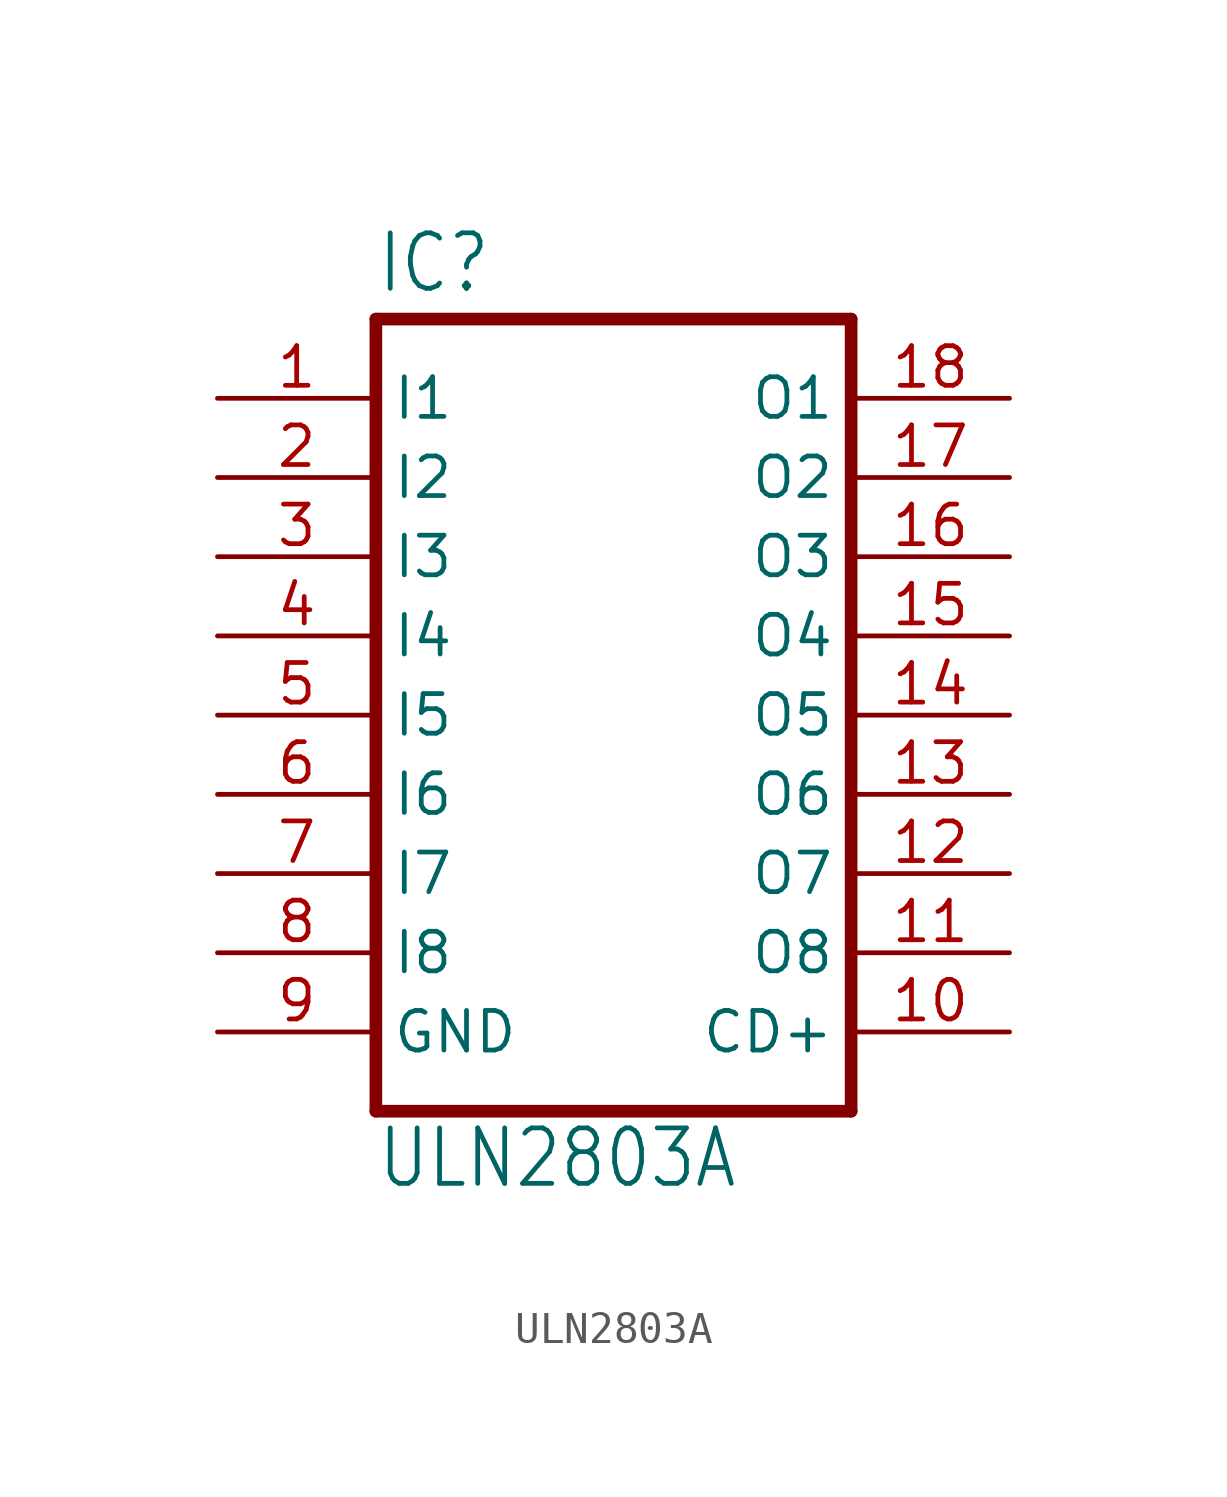
<source format=kicad_sym>
(kicad_symbol_lib
  (version 20211014)
  (generator kicad_symbol_editor)
  (symbol "ULN2803A"
    (property "Reference" "IC"
      (at -7.62 13.462 0)
      (effects (font (size 1.778 1.511)) (justify left bottom)))
    (property "Value" "ULN2803A"
      (at -7.62 -15.24 0)
      (effects (font (size 1.778 1.511)) (justify left bottom)))
    (property "ki_locked" ""
      (at 0 0 0)
      (effects (font (size 1.27 1.27))))
    (symbol "ULN2803A_1_0"
      (polyline (pts (xy -7.62 12.7) (xy -7.62 -12.7)) (stroke (width 0.406) (type default) (color 0 0 0 0)) (fill (type none)))
      (polyline (pts (xy -7.62 12.7) (xy 7.62 12.7)) (stroke (width 0.406) (type default) (color 0 0 0 0)) (fill (type none)))
      (polyline (pts (xy 7.62 -12.7) (xy -7.62 -12.7)) (stroke (width 0.406) (type default) (color 0 0 0 0)) (fill (type none)))
      (polyline (pts (xy 7.62 -12.7) (xy 7.62 12.7)) (stroke (width 0.406) (type default) (color 0 0 0 0)) (fill (type none)))
      (pin input line (at -12.7 10.16 0) (length 5.08) (name "I1" (effects (font (size 1.27 1.27)))) (number "1" (effects (font (size 1.27 1.27)))))
      (pin passive line (at 12.7 -10.16 180) (length 5.08) (name "CD+" (effects (font (size 1.27 1.27)))) (number "10" (effects (font (size 1.27 1.27)))))
      (pin open_collector line (at 12.7 -7.62 180) (length 5.08) (name "O8" (effects (font (size 1.27 1.27)))) (number "11" (effects (font (size 1.27 1.27)))))
      (pin open_collector line (at 12.7 -5.08 180) (length 5.08) (name "O7" (effects (font (size 1.27 1.27)))) (number "12" (effects (font (size 1.27 1.27)))))
      (pin open_collector line (at 12.7 -2.54 180) (length 5.08) (name "O6" (effects (font (size 1.27 1.27)))) (number "13" (effects (font (size 1.27 1.27)))))
      (pin open_collector line (at 12.7 0 180) (length 5.08) (name "O5" (effects (font (size 1.27 1.27)))) (number "14" (effects (font (size 1.27 1.27)))))
      (pin open_collector line (at 12.7 2.54 180) (length 5.08) (name "O4" (effects (font (size 1.27 1.27)))) (number "15" (effects (font (size 1.27 1.27)))))
      (pin open_collector line (at 12.7 5.08 180) (length 5.08) (name "O3" (effects (font (size 1.27 1.27)))) (number "16" (effects (font (size 1.27 1.27)))))
      (pin open_collector line (at 12.7 7.62 180) (length 5.08) (name "O2" (effects (font (size 1.27 1.27)))) (number "17" (effects (font (size 1.27 1.27)))))
      (pin open_collector line (at 12.7 10.16 180) (length 5.08) (name "O1" (effects (font (size 1.27 1.27)))) (number "18" (effects (font (size 1.27 1.27)))))
      (pin input line (at -12.7 7.62 0) (length 5.08) (name "I2" (effects (font (size 1.27 1.27)))) (number "2" (effects (font (size 1.27 1.27)))))
      (pin input line (at -12.7 5.08 0) (length 5.08) (name "I3" (effects (font (size 1.27 1.27)))) (number "3" (effects (font (size 1.27 1.27)))))
      (pin input line (at -12.7 2.54 0) (length 5.08) (name "I4" (effects (font (size 1.27 1.27)))) (number "4" (effects (font (size 1.27 1.27)))))
      (pin input line (at -12.7 0 0) (length 5.08) (name "I5" (effects (font (size 1.27 1.27)))) (number "5" (effects (font (size 1.27 1.27)))))
      (pin input line (at -12.7 -2.54 0) (length 5.08) (name "I6" (effects (font (size 1.27 1.27)))) (number "6" (effects (font (size 1.27 1.27)))))
      (pin input line (at -12.7 -5.08 0) (length 5.08) (name "I7" (effects (font (size 1.27 1.27)))) (number "7" (effects (font (size 1.27 1.27)))))
      (pin input line (at -12.7 -7.62 0) (length 5.08) (name "I8" (effects (font (size 1.27 1.27)))) (number "8" (effects (font (size 1.27 1.27)))))
      (pin power_in line (at -12.7 -10.16 0) (length 5.08) (name "GND" (effects (font (size 1.27 1.27)))) (number "9" (effects (font (size 1.27 1.27))))))))
</source>
